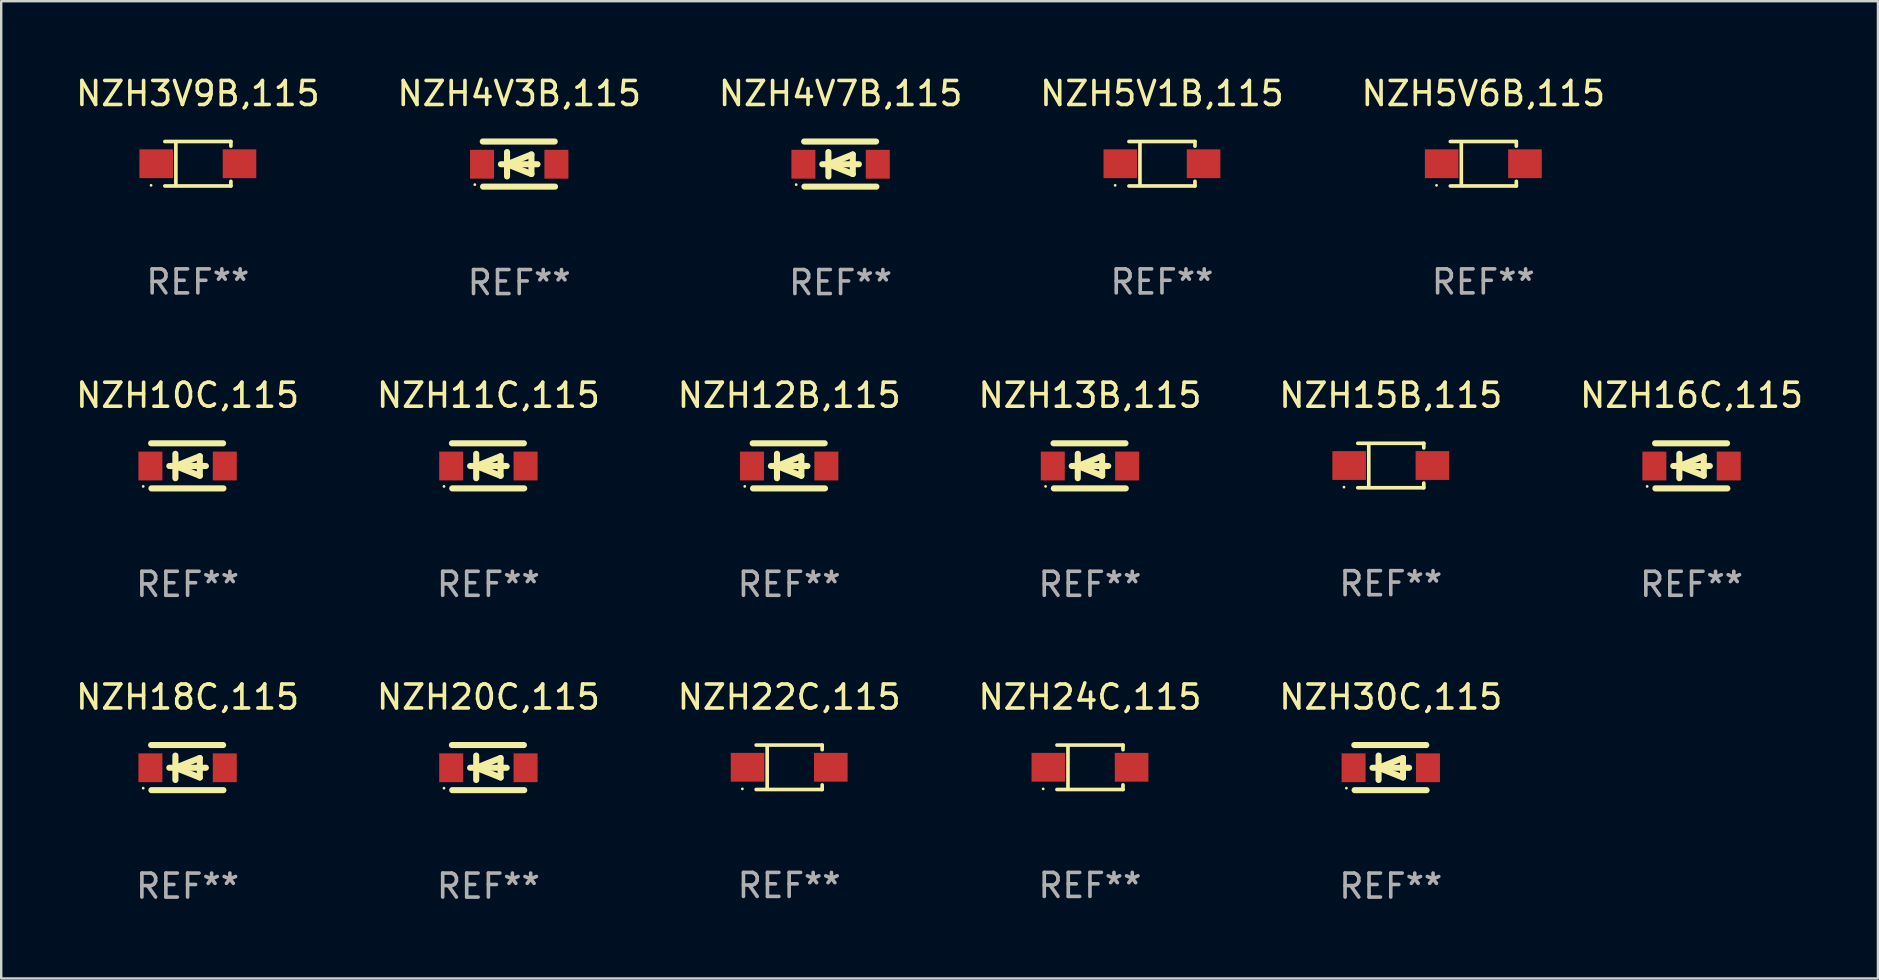
<source format=kicad_pcb>
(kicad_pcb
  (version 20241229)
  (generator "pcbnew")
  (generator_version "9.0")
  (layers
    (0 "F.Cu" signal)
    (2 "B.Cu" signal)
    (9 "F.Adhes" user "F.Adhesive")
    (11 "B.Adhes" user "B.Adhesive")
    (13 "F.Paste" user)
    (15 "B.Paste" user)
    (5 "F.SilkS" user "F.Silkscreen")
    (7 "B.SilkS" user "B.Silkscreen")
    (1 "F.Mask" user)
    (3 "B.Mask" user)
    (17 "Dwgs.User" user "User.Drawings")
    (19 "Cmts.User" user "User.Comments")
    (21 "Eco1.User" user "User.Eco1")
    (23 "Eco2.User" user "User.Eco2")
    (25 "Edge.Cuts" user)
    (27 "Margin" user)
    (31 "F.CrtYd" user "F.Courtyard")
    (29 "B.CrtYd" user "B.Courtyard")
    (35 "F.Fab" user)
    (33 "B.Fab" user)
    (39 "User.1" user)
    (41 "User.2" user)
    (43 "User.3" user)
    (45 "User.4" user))
  (footprint "NZH4V3B,115"
    (layer "F.Cu")
    (at 18.589 3.788)
    (property "Reference" "NZH4V3B,115" (at 0 -2.94 0) (layer "F.SilkS") (effects (font (size 1 1) (thickness 0.15))))
    (attr through_hole)
    (fp_line (start -1.52 -0.94) (end 1.48 -0.94) (stroke (width 0.254) (type solid)) (layer "F.SilkS"))
    (fp_line (start -1.507 0.94) (end 1.493 0.94) (stroke (width 0.254) (type solid)) (layer "F.SilkS"))
    (fp_line (start -0.762 0.007) (end 0.762 0.007) (stroke (width 0.254) (type solid)) (layer "F.SilkS"))
    (fp_line (start -0.508 -0.501) (end -0.508 0.515) (stroke (width 0.254) (type solid)) (layer "F.SilkS"))
    (fp_line (start -0.508 0.007) (end 0.508 -0.4) (stroke (width 0.254) (type solid)) (layer "F.SilkS"))
    (fp_line (start 0.508 -0.4) (end 0.508 0.413) (stroke (width 0.254) (type solid)) (layer "F.SilkS"))
    (fp_line (start 0.508 0.413) (end -0.508 0.007) (stroke (width 0.254) (type solid)) (layer "F.SilkS"))
    (fp_circle (center -1.85 0.857) (end -1.82 0.857) (stroke (width 0.06) (type solid)) (fill no) (layer "F.SilkS"))
    (fp_text user "REF**" (at 0 4.94 0) (layer "F.Fab") (effects (font (size 1 1) (thickness 0.15))))
    (pad "1" smd rect (at -1.55 0.007) (size 1 1.2) (layers "F.Cu" "F.Mask" "F.Paste"))
    (pad "2" smd rect (at 1.55 0.007) (size 1 1.2) (layers "F.Cu" "F.Mask" "F.Paste")))
  (footprint "NZH16C,115"
    (layer "F.Cu")
    (at 67.446 16.364)
    (property "Reference" "NZH16C,115" (at 0 -2.94 0) (layer "F.SilkS") (effects (font (size 1 1) (thickness 0.15))))
    (attr through_hole)
    (fp_line (start -1.52 -0.94) (end 1.48 -0.94) (stroke (width 0.254) (type solid)) (layer "F.SilkS"))
    (fp_line (start -1.507 0.94) (end 1.493 0.94) (stroke (width 0.254) (type solid)) (layer "F.SilkS"))
    (fp_line (start -0.762 0.007) (end 0.762 0.007) (stroke (width 0.254) (type solid)) (layer "F.SilkS"))
    (fp_line (start -0.508 -0.501) (end -0.508 0.515) (stroke (width 0.254) (type solid)) (layer "F.SilkS"))
    (fp_line (start -0.508 0.007) (end 0.508 -0.4) (stroke (width 0.254) (type solid)) (layer "F.SilkS"))
    (fp_line (start 0.508 -0.4) (end 0.508 0.413) (stroke (width 0.254) (type solid)) (layer "F.SilkS"))
    (fp_line (start 0.508 0.413) (end -0.508 0.007) (stroke (width 0.254) (type solid)) (layer "F.SilkS"))
    (fp_circle (center -1.85 0.857) (end -1.82 0.857) (stroke (width 0.06) (type solid)) (fill no) (layer "F.SilkS"))
    (fp_text user "REF**" (at 0 4.94 0) (layer "F.Fab") (effects (font (size 1 1) (thickness 0.15))))
    (pad "1" smd rect (at -1.55 0.007) (size 1 1.2) (layers "F.Cu" "F.Mask" "F.Paste"))
    (pad "2" smd rect (at 1.55 0.007) (size 1 1.2) (layers "F.Cu" "F.Mask" "F.Paste")))
  (footprint "NZH24C,115"
    (layer "F.Cu")
    (at 42.375 28.927)
    (property "Reference" "NZH24C,115" (at 0 -2.926 0) (layer "F.SilkS") (effects (font (size 1 1) (thickness 0.15))))
    (attr through_hole)
    (fp_line (start -1.376 -0.926) (end 1.376 -0.926) (stroke (width 0.152) (type solid)) (layer "F.SilkS"))
    (fp_line (start -1.376 0.926) (end 1.376 0.926) (stroke (width 0.152) (type solid)) (layer "F.SilkS"))
    (fp_line (start -0.917 -0.876) (end -0.917 0.876) (stroke (width 0.152) (type solid)) (layer "F.SilkS"))
    (fp_line (start 1.376 -0.926) (end 1.376 -0.733) (stroke (width 0.152) (type solid)) (layer "F.SilkS"))
    (fp_line (start 1.376 0.926) (end 1.376 0.733) (stroke (width 0.152) (type solid)) (layer "F.SilkS"))
    (fp_circle (center -1.95 0.9) (end -1.92 0.9) (stroke (width 0.06) (type solid)) (fill no) (layer "F.SilkS"))
    (fp_text user "REF**" (at 0 4.926 0) (layer "F.Fab") (effects (font (size 1 1) (thickness 0.15))))
    (pad "1" smd rect (at -1.735 0) (size 1.4 1.2) (layers "F.Cu" "F.Mask" "F.Paste"))
    (pad "2" smd rect (at 1.735 0) (size 1.4 1.2) (layers "F.Cu" "F.Mask" "F.Paste")))
  (footprint "NZH3V9B,115"
    (layer "F.Cu")
    (at 5.196 3.774)
    (property "Reference" "NZH3V9B,115" (at 0 -2.926 0) (layer "F.SilkS") (effects (font (size 1 1) (thickness 0.15))))
    (attr through_hole)
    (fp_line (start -1.376 -0.926) (end 1.376 -0.926) (stroke (width 0.152) (type solid)) (layer "F.SilkS"))
    (fp_line (start -1.376 0.926) (end 1.376 0.926) (stroke (width 0.152) (type solid)) (layer "F.SilkS"))
    (fp_line (start -0.917 -0.876) (end -0.917 0.876) (stroke (width 0.152) (type solid)) (layer "F.SilkS"))
    (fp_line (start 1.376 -0.926) (end 1.376 -0.733) (stroke (width 0.152) (type solid)) (layer "F.SilkS"))
    (fp_line (start 1.376 0.926) (end 1.376 0.733) (stroke (width 0.152) (type solid)) (layer "F.SilkS"))
    (fp_circle (center -1.95 0.9) (end -1.92 0.9) (stroke (width 0.06) (type solid)) (fill no) (layer "F.SilkS"))
    (fp_text user "REF**" (at 0 4.926 0) (layer "F.Fab") (effects (font (size 1 1) (thickness 0.15))))
    (pad "1" smd rect (at -1.735 0) (size 1.4 1.2) (layers "F.Cu" "F.Mask" "F.Paste"))
    (pad "2" smd rect (at 1.735 0) (size 1.4 1.2) (layers "F.Cu" "F.Mask" "F.Paste")))
  (footprint "NZH22C,115"
    (layer "F.Cu")
    (at 29.839 28.927)
    (property "Reference" "NZH22C,115" (at 0 -2.926 0) (layer "F.SilkS") (effects (font (size 1 1) (thickness 0.15))))
    (attr through_hole)
    (fp_line (start -1.376 -0.926) (end 1.376 -0.926) (stroke (width 0.152) (type solid)) (layer "F.SilkS"))
    (fp_line (start -1.376 0.926) (end 1.376 0.926) (stroke (width 0.152) (type solid)) (layer "F.SilkS"))
    (fp_line (start -0.917 -0.876) (end -0.917 0.876) (stroke (width 0.152) (type solid)) (layer "F.SilkS"))
    (fp_line (start 1.376 -0.926) (end 1.376 -0.733) (stroke (width 0.152) (type solid)) (layer "F.SilkS"))
    (fp_line (start 1.376 0.926) (end 1.376 0.733) (stroke (width 0.152) (type solid)) (layer "F.SilkS"))
    (fp_circle (center -1.95 0.9) (end -1.92 0.9) (stroke (width 0.06) (type solid)) (fill no) (layer "F.SilkS"))
    (fp_text user "REF**" (at 0 4.926 0) (layer "F.Fab") (effects (font (size 1 1) (thickness 0.15))))
    (pad "1" smd rect (at -1.735 0) (size 1.4 1.2) (layers "F.Cu" "F.Mask" "F.Paste"))
    (pad "2" smd rect (at 1.735 0) (size 1.4 1.2) (layers "F.Cu" "F.Mask" "F.Paste")))
  (footprint "NZH20C,115"
    (layer "F.Cu")
    (at 17.304 28.94)
    (property "Reference" "NZH20C,115" (at 0 -2.94 0) (layer "F.SilkS") (effects (font (size 1 1) (thickness 0.15))))
    (attr through_hole)
    (fp_line (start -1.52 -0.94) (end 1.48 -0.94) (stroke (width 0.254) (type solid)) (layer "F.SilkS"))
    (fp_line (start -1.507 0.94) (end 1.493 0.94) (stroke (width 0.254) (type solid)) (layer "F.SilkS"))
    (fp_line (start -0.762 0.007) (end 0.762 0.007) (stroke (width 0.254) (type solid)) (layer "F.SilkS"))
    (fp_line (start -0.508 -0.501) (end -0.508 0.515) (stroke (width 0.254) (type solid)) (layer "F.SilkS"))
    (fp_line (start -0.508 0.007) (end 0.508 -0.4) (stroke (width 0.254) (type solid)) (layer "F.SilkS"))
    (fp_line (start 0.508 -0.4) (end 0.508 0.413) (stroke (width 0.254) (type solid)) (layer "F.SilkS"))
    (fp_line (start 0.508 0.413) (end -0.508 0.007) (stroke (width 0.254) (type solid)) (layer "F.SilkS"))
    (fp_circle (center -1.85 0.857) (end -1.82 0.857) (stroke (width 0.06) (type solid)) (fill no) (layer "F.SilkS"))
    (fp_text user "REF**" (at 0 4.94 0) (layer "F.Fab") (effects (font (size 1 1) (thickness 0.15))))
    (pad "1" smd rect (at -1.55 0.007) (size 1 1.2) (layers "F.Cu" "F.Mask" "F.Paste"))
    (pad "2" smd rect (at 1.55 0.007) (size 1 1.2) (layers "F.Cu" "F.Mask" "F.Paste")))
  (footprint "NZH12B,115"
    (layer "F.Cu")
    (at 29.839 16.364)
    (property "Reference" "NZH12B,115" (at 0 -2.94 0) (layer "F.SilkS") (effects (font (size 1 1) (thickness 0.15))))
    (attr through_hole)
    (fp_line (start -1.52 -0.94) (end 1.48 -0.94) (stroke (width 0.254) (type solid)) (layer "F.SilkS"))
    (fp_line (start -1.507 0.94) (end 1.493 0.94) (stroke (width 0.254) (type solid)) (layer "F.SilkS"))
    (fp_line (start -0.762 0.007) (end 0.762 0.007) (stroke (width 0.254) (type solid)) (layer "F.SilkS"))
    (fp_line (start -0.508 -0.501) (end -0.508 0.515) (stroke (width 0.254) (type solid)) (layer "F.SilkS"))
    (fp_line (start -0.508 0.007) (end 0.508 -0.4) (stroke (width 0.254) (type solid)) (layer "F.SilkS"))
    (fp_line (start 0.508 -0.4) (end 0.508 0.413) (stroke (width 0.254) (type solid)) (layer "F.SilkS"))
    (fp_line (start 0.508 0.413) (end -0.508 0.007) (stroke (width 0.254) (type solid)) (layer "F.SilkS"))
    (fp_circle (center -1.85 0.857) (end -1.82 0.857) (stroke (width 0.06) (type solid)) (fill no) (layer "F.SilkS"))
    (fp_text user "REF**" (at 0 4.94 0) (layer "F.Fab") (effects (font (size 1 1) (thickness 0.15))))
    (pad "1" smd rect (at -1.55 0.007) (size 1 1.2) (layers "F.Cu" "F.Mask" "F.Paste"))
    (pad "2" smd rect (at 1.55 0.007) (size 1 1.2) (layers "F.Cu" "F.Mask" "F.Paste")))
  (footprint "NZH15B,115"
    (layer "F.Cu")
    (at 54.911 16.351)
    (property "Reference" "NZH15B,115" (at 0 -2.926 0) (layer "F.SilkS") (effects (font (size 1 1) (thickness 0.15))))
    (attr through_hole)
    (fp_line (start -1.376 -0.926) (end 1.376 -0.926) (stroke (width 0.152) (type solid)) (layer "F.SilkS"))
    (fp_line (start -1.376 0.926) (end 1.376 0.926) (stroke (width 0.152) (type solid)) (layer "F.SilkS"))
    (fp_line (start -0.917 -0.876) (end -0.917 0.876) (stroke (width 0.152) (type solid)) (layer "F.SilkS"))
    (fp_line (start 1.376 -0.926) (end 1.376 -0.733) (stroke (width 0.152) (type solid)) (layer "F.SilkS"))
    (fp_line (start 1.376 0.926) (end 1.376 0.733) (stroke (width 0.152) (type solid)) (layer "F.SilkS"))
    (fp_circle (center -1.95 0.9) (end -1.92 0.9) (stroke (width 0.06) (type solid)) (fill no) (layer "F.SilkS"))
    (fp_text user "REF**" (at 0 4.926 0) (layer "F.Fab") (effects (font (size 1 1) (thickness 0.15))))
    (pad "1" smd rect (at -1.735 0) (size 1.4 1.2) (layers "F.Cu" "F.Mask" "F.Paste"))
    (pad "2" smd rect (at 1.735 0) (size 1.4 1.2) (layers "F.Cu" "F.Mask" "F.Paste")))
  (footprint "NZH5V1B,115"
    (layer "F.Cu")
    (at 45.375 3.774)
    (property "Reference" "NZH5V1B,115" (at 0 -2.926 0) (layer "F.SilkS") (effects (font (size 1 1) (thickness 0.15))))
    (attr through_hole)
    (fp_line (start -1.376 -0.926) (end 1.376 -0.926) (stroke (width 0.152) (type solid)) (layer "F.SilkS"))
    (fp_line (start -1.376 0.926) (end 1.376 0.926) (stroke (width 0.152) (type solid)) (layer "F.SilkS"))
    (fp_line (start -0.917 -0.876) (end -0.917 0.876) (stroke (width 0.152) (type solid)) (layer "F.SilkS"))
    (fp_line (start 1.376 -0.926) (end 1.376 -0.733) (stroke (width 0.152) (type solid)) (layer "F.SilkS"))
    (fp_line (start 1.376 0.926) (end 1.376 0.733) (stroke (width 0.152) (type solid)) (layer "F.SilkS"))
    (fp_circle (center -1.95 0.9) (end -1.92 0.9) (stroke (width 0.06) (type solid)) (fill no) (layer "F.SilkS"))
    (fp_text user "REF**" (at 0 4.926 0) (layer "F.Fab") (effects (font (size 1 1) (thickness 0.15))))
    (pad "1" smd rect (at -1.735 0) (size 1.4 1.2) (layers "F.Cu" "F.Mask" "F.Paste"))
    (pad "2" smd rect (at 1.735 0) (size 1.4 1.2) (layers "F.Cu" "F.Mask" "F.Paste")))
  (footprint "NZH13B,115"
    (layer "F.Cu")
    (at 42.375 16.364)
    (property "Reference" "NZH13B,115" (at 0 -2.94 0) (layer "F.SilkS") (effects (font (size 1 1) (thickness 0.15))))
    (attr through_hole)
    (fp_line (start -1.52 -0.94) (end 1.48 -0.94) (stroke (width 0.254) (type solid)) (layer "F.SilkS"))
    (fp_line (start -1.507 0.94) (end 1.493 0.94) (stroke (width 0.254) (type solid)) (layer "F.SilkS"))
    (fp_line (start -0.762 0.007) (end 0.762 0.007) (stroke (width 0.254) (type solid)) (layer "F.SilkS"))
    (fp_line (start -0.508 -0.501) (end -0.508 0.515) (stroke (width 0.254) (type solid)) (layer "F.SilkS"))
    (fp_line (start -0.508 0.007) (end 0.508 -0.4) (stroke (width 0.254) (type solid)) (layer "F.SilkS"))
    (fp_line (start 0.508 -0.4) (end 0.508 0.413) (stroke (width 0.254) (type solid)) (layer "F.SilkS"))
    (fp_line (start 0.508 0.413) (end -0.508 0.007) (stroke (width 0.254) (type solid)) (layer "F.SilkS"))
    (fp_circle (center -1.85 0.857) (end -1.82 0.857) (stroke (width 0.06) (type solid)) (fill no) (layer "F.SilkS"))
    (fp_text user "REF**" (at 0 4.94 0) (layer "F.Fab") (effects (font (size 1 1) (thickness 0.15))))
    (pad "1" smd rect (at -1.55 0.007) (size 1 1.2) (layers "F.Cu" "F.Mask" "F.Paste"))
    (pad "2" smd rect (at 1.55 0.007) (size 1 1.2) (layers "F.Cu" "F.Mask" "F.Paste")))
  (footprint "NZH10C,115"
    (layer "F.Cu")
    (at 4.768 16.364)
    (property "Reference" "NZH10C,115" (at 0 -2.94 0) (layer "F.SilkS") (effects (font (size 1 1) (thickness 0.15))))
    (attr through_hole)
    (fp_line (start -1.52 -0.94) (end 1.48 -0.94) (stroke (width 0.254) (type solid)) (layer "F.SilkS"))
    (fp_line (start -1.507 0.94) (end 1.493 0.94) (stroke (width 0.254) (type solid)) (layer "F.SilkS"))
    (fp_line (start -0.762 0.007) (end 0.762 0.007) (stroke (width 0.254) (type solid)) (layer "F.SilkS"))
    (fp_line (start -0.508 -0.501) (end -0.508 0.515) (stroke (width 0.254) (type solid)) (layer "F.SilkS"))
    (fp_line (start -0.508 0.007) (end 0.508 -0.4) (stroke (width 0.254) (type solid)) (layer "F.SilkS"))
    (fp_line (start 0.508 -0.4) (end 0.508 0.413) (stroke (width 0.254) (type solid)) (layer "F.SilkS"))
    (fp_line (start 0.508 0.413) (end -0.508 0.007) (stroke (width 0.254) (type solid)) (layer "F.SilkS"))
    (fp_circle (center -1.85 0.857) (end -1.82 0.857) (stroke (width 0.06) (type solid)) (fill no) (layer "F.SilkS"))
    (fp_text user "REF**" (at 0 4.94 0) (layer "F.Fab") (effects (font (size 1 1) (thickness 0.15))))
    (pad "1" smd rect (at -1.55 0.007) (size 1 1.2) (layers "F.Cu" "F.Mask" "F.Paste"))
    (pad "2" smd rect (at 1.55 0.007) (size 1 1.2) (layers "F.Cu" "F.Mask" "F.Paste")))
  (footprint "NZH5V6B,115"
    (layer "F.Cu")
    (at 58.768 3.774)
    (property "Reference" "NZH5V6B,115" (at 0 -2.926 0) (layer "F.SilkS") (effects (font (size 1 1) (thickness 0.15))))
    (attr through_hole)
    (fp_line (start -1.376 -0.926) (end 1.376 -0.926) (stroke (width 0.152) (type solid)) (layer "F.SilkS"))
    (fp_line (start -1.376 0.926) (end 1.376 0.926) (stroke (width 0.152) (type solid)) (layer "F.SilkS"))
    (fp_line (start -0.917 -0.876) (end -0.917 0.876) (stroke (width 0.152) (type solid)) (layer "F.SilkS"))
    (fp_line (start 1.376 -0.926) (end 1.376 -0.733) (stroke (width 0.152) (type solid)) (layer "F.SilkS"))
    (fp_line (start 1.376 0.926) (end 1.376 0.733) (stroke (width 0.152) (type solid)) (layer "F.SilkS"))
    (fp_circle (center -1.95 0.9) (end -1.92 0.9) (stroke (width 0.06) (type solid)) (fill no) (layer "F.SilkS"))
    (fp_text user "REF**" (at 0 4.926 0) (layer "F.Fab") (effects (font (size 1 1) (thickness 0.15))))
    (pad "1" smd rect (at -1.735 0) (size 1.4 1.2) (layers "F.Cu" "F.Mask" "F.Paste"))
    (pad "2" smd rect (at 1.735 0) (size 1.4 1.2) (layers "F.Cu" "F.Mask" "F.Paste")))
  (footprint "NZH4V7B,115"
    (layer "F.Cu")
    (at 31.982 3.788)
    (property "Reference" "NZH4V7B,115" (at 0 -2.94 0) (layer "F.SilkS") (effects (font (size 1 1) (thickness 0.15))))
    (attr through_hole)
    (fp_line (start -1.52 -0.94) (end 1.48 -0.94) (stroke (width 0.254) (type solid)) (layer "F.SilkS"))
    (fp_line (start -1.507 0.94) (end 1.493 0.94) (stroke (width 0.254) (type solid)) (layer "F.SilkS"))
    (fp_line (start -0.762 0.007) (end 0.762 0.007) (stroke (width 0.254) (type solid)) (layer "F.SilkS"))
    (fp_line (start -0.508 -0.501) (end -0.508 0.515) (stroke (width 0.254) (type solid)) (layer "F.SilkS"))
    (fp_line (start -0.508 0.007) (end 0.508 -0.4) (stroke (width 0.254) (type solid)) (layer "F.SilkS"))
    (fp_line (start 0.508 -0.4) (end 0.508 0.413) (stroke (width 0.254) (type solid)) (layer "F.SilkS"))
    (fp_line (start 0.508 0.413) (end -0.508 0.007) (stroke (width 0.254) (type solid)) (layer "F.SilkS"))
    (fp_circle (center -1.85 0.857) (end -1.82 0.857) (stroke (width 0.06) (type solid)) (fill no) (layer "F.SilkS"))
    (fp_text user "REF**" (at 0 4.94 0) (layer "F.Fab") (effects (font (size 1 1) (thickness 0.15))))
    (pad "1" smd rect (at -1.55 0.007) (size 1 1.2) (layers "F.Cu" "F.Mask" "F.Paste"))
    (pad "2" smd rect (at 1.55 0.007) (size 1 1.2) (layers "F.Cu" "F.Mask" "F.Paste")))
  (footprint "NZH11C,115"
    (layer "F.Cu")
    (at 17.304 16.364)
    (property "Reference" "NZH11C,115" (at 0 -2.94 0) (layer "F.SilkS") (effects (font (size 1 1) (thickness 0.15))))
    (attr through_hole)
    (fp_line (start -1.52 -0.94) (end 1.48 -0.94) (stroke (width 0.254) (type solid)) (layer "F.SilkS"))
    (fp_line (start -1.507 0.94) (end 1.493 0.94) (stroke (width 0.254) (type solid)) (layer "F.SilkS"))
    (fp_line (start -0.762 0.007) (end 0.762 0.007) (stroke (width 0.254) (type solid)) (layer "F.SilkS"))
    (fp_line (start -0.508 -0.501) (end -0.508 0.515) (stroke (width 0.254) (type solid)) (layer "F.SilkS"))
    (fp_line (start -0.508 0.007) (end 0.508 -0.4) (stroke (width 0.254) (type solid)) (layer "F.SilkS"))
    (fp_line (start 0.508 -0.4) (end 0.508 0.413) (stroke (width 0.254) (type solid)) (layer "F.SilkS"))
    (fp_line (start 0.508 0.413) (end -0.508 0.007) (stroke (width 0.254) (type solid)) (layer "F.SilkS"))
    (fp_circle (center -1.85 0.857) (end -1.82 0.857) (stroke (width 0.06) (type solid)) (fill no) (layer "F.SilkS"))
    (fp_text user "REF**" (at 0 4.94 0) (layer "F.Fab") (effects (font (size 1 1) (thickness 0.15))))
    (pad "1" smd rect (at -1.55 0.007) (size 1 1.2) (layers "F.Cu" "F.Mask" "F.Paste"))
    (pad "2" smd rect (at 1.55 0.007) (size 1 1.2) (layers "F.Cu" "F.Mask" "F.Paste")))
  (footprint "NZH30C,115"
    (layer "F.Cu")
    (at 54.911 28.94)
    (property "Reference" "NZH30C,115" (at 0 -2.94 0) (layer "F.SilkS") (effects (font (size 1 1) (thickness 0.15))))
    (attr through_hole)
    (fp_line (start -1.52 -0.94) (end 1.48 -0.94) (stroke (width 0.254) (type solid)) (layer "F.SilkS"))
    (fp_line (start -1.507 0.94) (end 1.493 0.94) (stroke (width 0.254) (type solid)) (layer "F.SilkS"))
    (fp_line (start -0.762 0.007) (end 0.762 0.007) (stroke (width 0.254) (type solid)) (layer "F.SilkS"))
    (fp_line (start -0.508 -0.501) (end -0.508 0.515) (stroke (width 0.254) (type solid)) (layer "F.SilkS"))
    (fp_line (start -0.508 0.007) (end 0.508 -0.4) (stroke (width 0.254) (type solid)) (layer "F.SilkS"))
    (fp_line (start 0.508 -0.4) (end 0.508 0.413) (stroke (width 0.254) (type solid)) (layer "F.SilkS"))
    (fp_line (start 0.508 0.413) (end -0.508 0.007) (stroke (width 0.254) (type solid)) (layer "F.SilkS"))
    (fp_circle (center -1.85 0.857) (end -1.82 0.857) (stroke (width 0.06) (type solid)) (fill no) (layer "F.SilkS"))
    (fp_text user "REF**" (at 0 4.94 0) (layer "F.Fab") (effects (font (size 1 1) (thickness 0.15))))
    (pad "1" smd rect (at -1.55 0.007) (size 1 1.2) (layers "F.Cu" "F.Mask" "F.Paste"))
    (pad "2" smd rect (at 1.55 0.007) (size 1 1.2) (layers "F.Cu" "F.Mask" "F.Paste")))
  (footprint "NZH18C,115"
    (layer "F.Cu")
    (at 4.768 28.94)
    (property "Reference" "NZH18C,115" (at 0 -2.94 0) (layer "F.SilkS") (effects (font (size 1 1) (thickness 0.15))))
    (attr through_hole)
    (fp_line (start -1.52 -0.94) (end 1.48 -0.94) (stroke (width 0.254) (type solid)) (layer "F.SilkS"))
    (fp_line (start -1.507 0.94) (end 1.493 0.94) (stroke (width 0.254) (type solid)) (layer "F.SilkS"))
    (fp_line (start -0.762 0.007) (end 0.762 0.007) (stroke (width 0.254) (type solid)) (layer "F.SilkS"))
    (fp_line (start -0.508 -0.501) (end -0.508 0.515) (stroke (width 0.254) (type solid)) (layer "F.SilkS"))
    (fp_line (start -0.508 0.007) (end 0.508 -0.4) (stroke (width 0.254) (type solid)) (layer "F.SilkS"))
    (fp_line (start 0.508 -0.4) (end 0.508 0.413) (stroke (width 0.254) (type solid)) (layer "F.SilkS"))
    (fp_line (start 0.508 0.413) (end -0.508 0.007) (stroke (width 0.254) (type solid)) (layer "F.SilkS"))
    (fp_circle (center -1.85 0.857) (end -1.82 0.857) (stroke (width 0.06) (type solid)) (fill no) (layer "F.SilkS"))
    (fp_text user "REF**" (at 0 4.94 0) (layer "F.Fab") (effects (font (size 1 1) (thickness 0.15))))
    (pad "1" smd rect (at -1.55 0.007) (size 1 1.2) (layers "F.Cu" "F.Mask" "F.Paste"))
    (pad "2" smd rect (at 1.55 0.007) (size 1 1.2) (layers "F.Cu" "F.Mask" "F.Paste")))
  (gr_rect
    (start -3 -3)
    (end 75.214 37.729)
    (stroke (width 0.1) (type default))
    (fill no)
    (layer "Edge.Cuts")))
</source>
